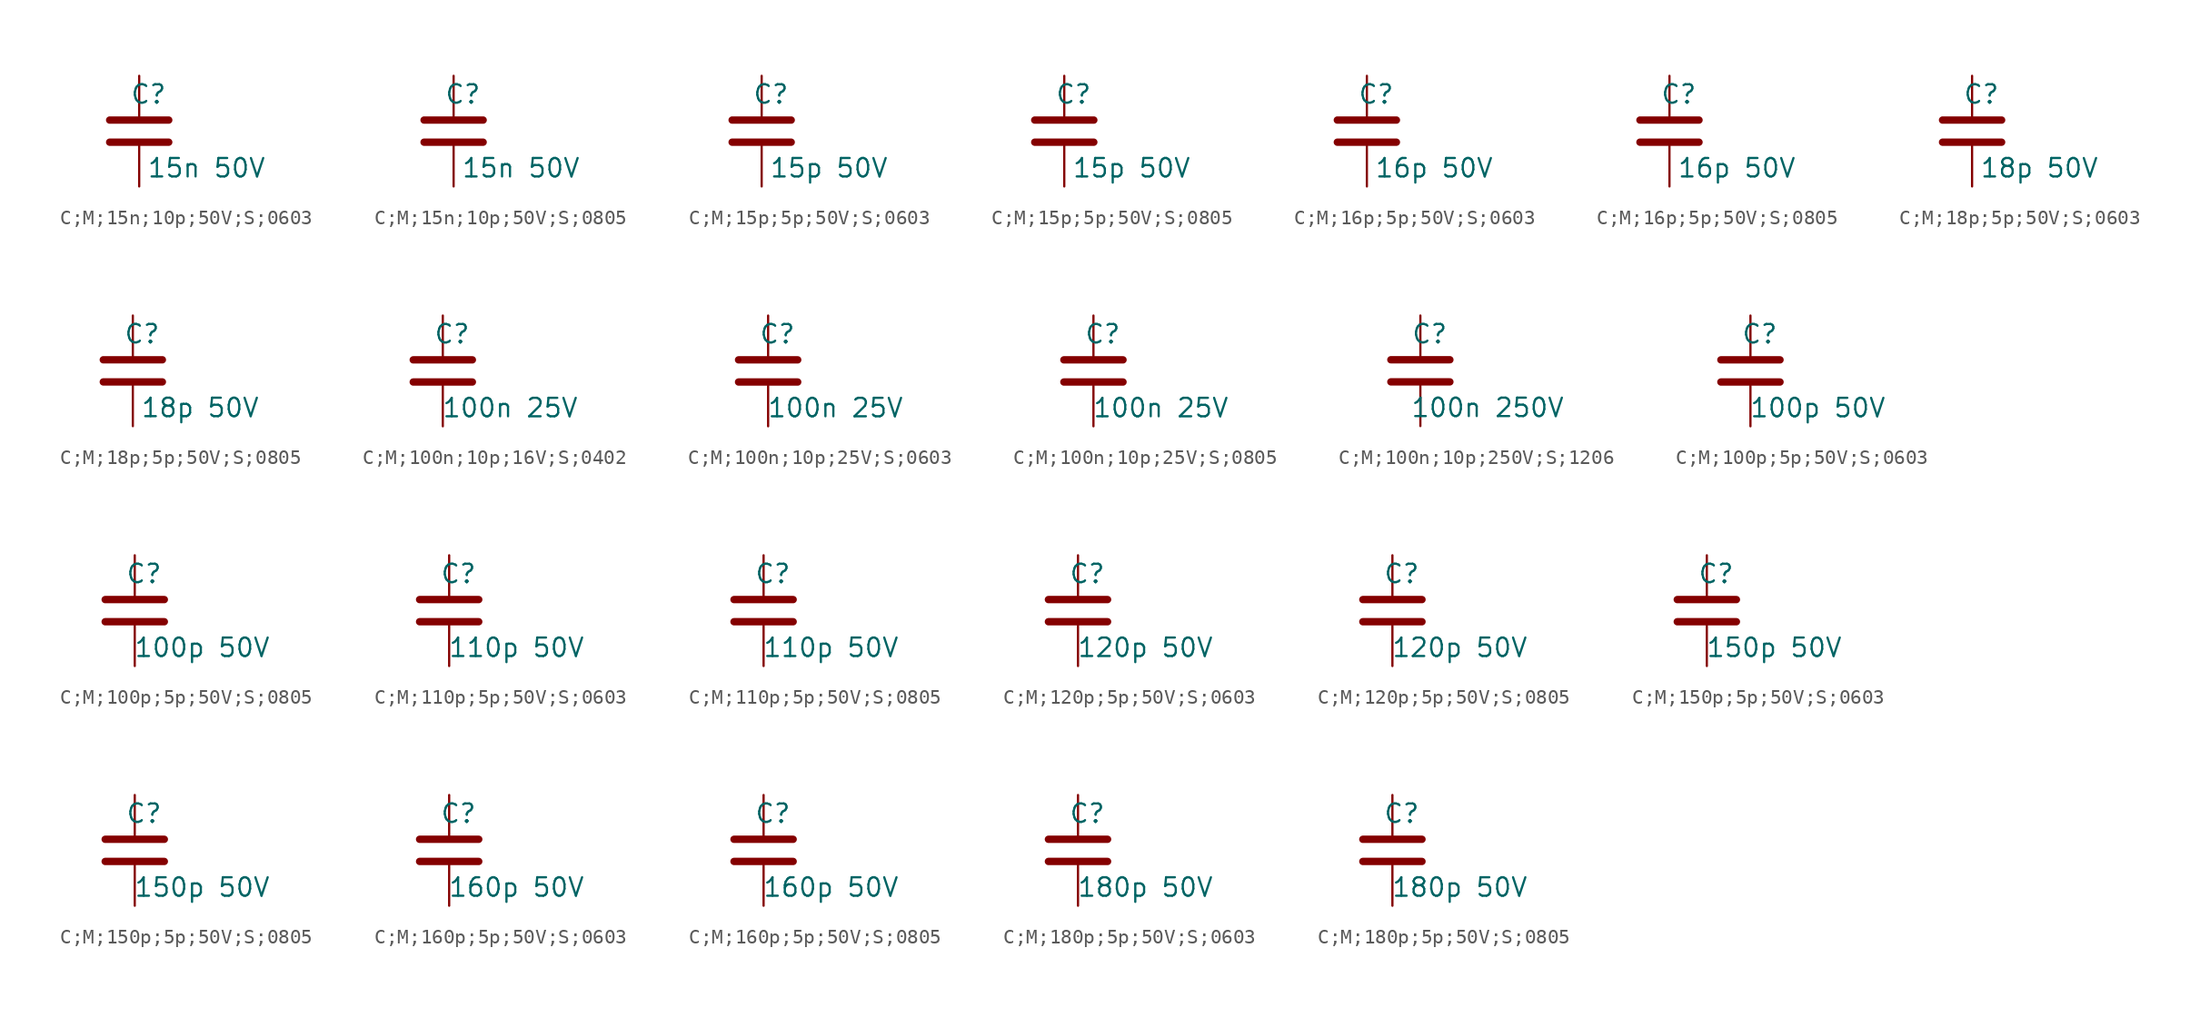
<source format=kicad_sym>
(kicad_symbol_lib
  (version 20231120)
  (generator "kicad_symbol_editor")
  (generator_version "8.0")
  (symbol "C;M;15n;10p;50V;S;0603"
    (pin_numbers hide)
    (pin_names
      (offset 0.254))
    (property "Reference" "C"
      (at 0.635 2.54 0)
      (effects (font (size 1.27 1.27))))
    (property "Value" "15n 50V"
      (at 4.635 -2.54 0)
      (effects (font (size 1.27 1.27))))
    (symbol "C;M;15n;10p;50V;S;0603_0_1"
      (polyline (pts (xy -2.032 -0.762) (xy 2.032 -0.762)) (stroke (width 0.508) (type default)) (fill (type none)))
      (polyline (pts (xy -2.032 0.762) (xy 2.032 0.762)) (stroke (width 0.508) (type default)) (fill (type none))))
    (symbol "C;M;15n;10p;50V;S;0603_1_1"
      (pin passive line (at 0 3.81 270) (length 2.794) (name "~" (effects (font (size 1.27 1.27)))) (number "1" (effects (font (size 1.27 1.27)))))
      (pin passive line (at 0 -3.81 90) (length 2.794) (name "~" (effects (font (size 1.27 1.27)))) (number "2" (effects (font (size 1.27 1.27)))))))
  (symbol "C;M;15n;10p;50V;S;0805"
    (pin_numbers hide)
    (pin_names
      (offset 0.254))
    (property "Reference" "C"
      (at 0.635 2.54 0)
      (effects (font (size 1.27 1.27))))
    (property "Value" "15n 50V"
      (at 4.635 -2.54 0)
      (effects (font (size 1.27 1.27))))
    (symbol "C;M;15n;10p;50V;S;0805_0_1"
      (polyline (pts (xy -2.032 -0.762) (xy 2.032 -0.762)) (stroke (width 0.508) (type default)) (fill (type none)))
      (polyline (pts (xy -2.032 0.762) (xy 2.032 0.762)) (stroke (width 0.508) (type default)) (fill (type none))))
    (symbol "C;M;15n;10p;50V;S;0805_1_1"
      (pin passive line (at 0 3.81 270) (length 2.794) (name "~" (effects (font (size 1.27 1.27)))) (number "1" (effects (font (size 1.27 1.27)))))
      (pin passive line (at 0 -3.81 90) (length 2.794) (name "~" (effects (font (size 1.27 1.27)))) (number "2" (effects (font (size 1.27 1.27)))))))
  (symbol "C;M;15p;5p;50V;S;0603"
    (pin_numbers hide)
    (pin_names
      (offset 0.254))
    (property "Reference" "C"
      (at 0.635 2.54 0)
      (effects (font (size 1.27 1.27))))
    (property "Value" "15p 50V"
      (at 4.635 -2.54 0)
      (effects (font (size 1.27 1.27))))
    (symbol "C;M;15p;5p;50V;S;0603_0_1"
      (polyline (pts (xy -2.032 -0.762) (xy 2.032 -0.762)) (stroke (width 0.508) (type default)) (fill (type none)))
      (polyline (pts (xy -2.032 0.762) (xy 2.032 0.762)) (stroke (width 0.508) (type default)) (fill (type none))))
    (symbol "C;M;15p;5p;50V;S;0603_1_1"
      (pin passive line (at 0 3.81 270) (length 2.794) (name "~" (effects (font (size 1.27 1.27)))) (number "1" (effects (font (size 1.27 1.27)))))
      (pin passive line (at 0 -3.81 90) (length 2.794) (name "~" (effects (font (size 1.27 1.27)))) (number "2" (effects (font (size 1.27 1.27)))))))
  (symbol "C;M;15p;5p;50V;S;0805"
    (pin_numbers hide)
    (pin_names
      (offset 0.254))
    (property "Reference" "C"
      (at 0.635 2.54 0)
      (effects (font (size 1.27 1.27))))
    (property "Value" "15p 50V"
      (at 4.635 -2.54 0)
      (effects (font (size 1.27 1.27))))
    (symbol "C;M;15p;5p;50V;S;0805_0_1"
      (polyline (pts (xy -2.032 -0.762) (xy 2.032 -0.762)) (stroke (width 0.508) (type default)) (fill (type none)))
      (polyline (pts (xy -2.032 0.762) (xy 2.032 0.762)) (stroke (width 0.508) (type default)) (fill (type none))))
    (symbol "C;M;15p;5p;50V;S;0805_1_1"
      (pin passive line (at 0 3.81 270) (length 2.794) (name "~" (effects (font (size 1.27 1.27)))) (number "1" (effects (font (size 1.27 1.27)))))
      (pin passive line (at 0 -3.81 90) (length 2.794) (name "~" (effects (font (size 1.27 1.27)))) (number "2" (effects (font (size 1.27 1.27)))))))
  (symbol "C;M;16p;5p;50V;S;0603"
    (pin_numbers hide)
    (pin_names
      (offset 0.254))
    (property "Reference" "C"
      (at 0.635 2.54 0)
      (effects (font (size 1.27 1.27))))
    (property "Value" "16p 50V"
      (at 4.635 -2.54 0)
      (effects (font (size 1.27 1.27))))
    (symbol "C;M;16p;5p;50V;S;0603_0_1"
      (polyline (pts (xy -2.032 -0.762) (xy 2.032 -0.762)) (stroke (width 0.508) (type default)) (fill (type none)))
      (polyline (pts (xy -2.032 0.762) (xy 2.032 0.762)) (stroke (width 0.508) (type default)) (fill (type none))))
    (symbol "C;M;16p;5p;50V;S;0603_1_1"
      (pin passive line (at 0 3.81 270) (length 2.794) (name "~" (effects (font (size 1.27 1.27)))) (number "1" (effects (font (size 1.27 1.27)))))
      (pin passive line (at 0 -3.81 90) (length 2.794) (name "~" (effects (font (size 1.27 1.27)))) (number "2" (effects (font (size 1.27 1.27)))))))
  (symbol "C;M;16p;5p;50V;S;0805"
    (pin_numbers hide)
    (pin_names
      (offset 0.254))
    (property "Reference" "C"
      (at 0.635 2.54 0)
      (effects (font (size 1.27 1.27))))
    (property "Value" "16p 50V"
      (at 4.635 -2.54 0)
      (effects (font (size 1.27 1.27))))
    (symbol "C;M;16p;5p;50V;S;0805_0_1"
      (polyline (pts (xy -2.032 -0.762) (xy 2.032 -0.762)) (stroke (width 0.508) (type default)) (fill (type none)))
      (polyline (pts (xy -2.032 0.762) (xy 2.032 0.762)) (stroke (width 0.508) (type default)) (fill (type none))))
    (symbol "C;M;16p;5p;50V;S;0805_1_1"
      (pin passive line (at 0 3.81 270) (length 2.794) (name "~" (effects (font (size 1.27 1.27)))) (number "1" (effects (font (size 1.27 1.27)))))
      (pin passive line (at 0 -3.81 90) (length 2.794) (name "~" (effects (font (size 1.27 1.27)))) (number "2" (effects (font (size 1.27 1.27)))))))
  (symbol "C;M;18p;5p;50V;S;0603"
    (pin_numbers hide)
    (pin_names
      (offset 0.254))
    (property "Reference" "C"
      (at 0.635 2.54 0)
      (effects (font (size 1.27 1.27))))
    (property "Value" "18p 50V"
      (at 4.635 -2.54 0)
      (effects (font (size 1.27 1.27))))
    (symbol "C;M;18p;5p;50V;S;0603_0_1"
      (polyline (pts (xy -2.032 -0.762) (xy 2.032 -0.762)) (stroke (width 0.508) (type default)) (fill (type none)))
      (polyline (pts (xy -2.032 0.762) (xy 2.032 0.762)) (stroke (width 0.508) (type default)) (fill (type none))))
    (symbol "C;M;18p;5p;50V;S;0603_1_1"
      (pin passive line (at 0 3.81 270) (length 2.794) (name "~" (effects (font (size 1.27 1.27)))) (number "1" (effects (font (size 1.27 1.27)))))
      (pin passive line (at 0 -3.81 90) (length 2.794) (name "~" (effects (font (size 1.27 1.27)))) (number "2" (effects (font (size 1.27 1.27)))))))
  (symbol "C;M;18p;5p;50V;S;0805"
    (pin_numbers hide)
    (pin_names
      (offset 0.254))
    (property "Reference" "C"
      (at 0.635 2.54 0)
      (effects (font (size 1.27 1.27))))
    (property "Value" "18p 50V"
      (at 4.635 -2.54 0)
      (effects (font (size 1.27 1.27))))
    (symbol "C;M;18p;5p;50V;S;0805_0_1"
      (polyline (pts (xy -2.032 -0.762) (xy 2.032 -0.762)) (stroke (width 0.508) (type default)) (fill (type none)))
      (polyline (pts (xy -2.032 0.762) (xy 2.032 0.762)) (stroke (width 0.508) (type default)) (fill (type none))))
    (symbol "C;M;18p;5p;50V;S;0805_1_1"
      (pin passive line (at 0 3.81 270) (length 2.794) (name "~" (effects (font (size 1.27 1.27)))) (number "1" (effects (font (size 1.27 1.27)))))
      (pin passive line (at 0 -3.81 90) (length 2.794) (name "~" (effects (font (size 1.27 1.27)))) (number "2" (effects (font (size 1.27 1.27)))))))
  (symbol "C;M;100n;10p;16V;S;0402"
    (pin_numbers hide)
    (pin_names
      (offset 0.254))
    (property "Reference" "C"
      (at 0.635 2.54 0)
      (effects (font (size 1.27 1.27))))
    (property "Value" "100n 25V"
      (at 4.635 -2.54 0)
      (effects (font (size 1.27 1.27))))
    (symbol "C;M;100n;10p;16V;S;0402_0_1"
      (polyline (pts (xy -2.032 -0.762) (xy 2.032 -0.762)) (stroke (width 0.508) (type default)) (fill (type none)))
      (polyline (pts (xy -2.032 0.762) (xy 2.032 0.762)) (stroke (width 0.508) (type default)) (fill (type none))))
    (symbol "C;M;100n;10p;16V;S;0402_1_1"
      (pin passive line (at 0 3.81 270) (length 2.794) (name "~" (effects (font (size 1.27 1.27)))) (number "1" (effects (font (size 1.27 1.27)))))
      (pin passive line (at 0 -3.81 90) (length 2.794) (name "~" (effects (font (size 1.27 1.27)))) (number "2" (effects (font (size 1.27 1.27)))))))
  (symbol "C;M;100n;10p;25V;S;0603"
    (pin_numbers hide)
    (pin_names
      (offset 0.254))
    (property "Reference" "C"
      (at 0.635 2.54 0)
      (effects (font (size 1.27 1.27))))
    (property "Value" "100n 25V"
      (at 4.635 -2.54 0)
      (effects (font (size 1.27 1.27))))
    (symbol "C;M;100n;10p;25V;S;0603_0_1"
      (polyline (pts (xy -2.032 -0.762) (xy 2.032 -0.762)) (stroke (width 0.508) (type default)) (fill (type none)))
      (polyline (pts (xy -2.032 0.762) (xy 2.032 0.762)) (stroke (width 0.508) (type default)) (fill (type none))))
    (symbol "C;M;100n;10p;25V;S;0603_1_1"
      (pin passive line (at 0 3.81 270) (length 2.794) (name "~" (effects (font (size 1.27 1.27)))) (number "1" (effects (font (size 1.27 1.27)))))
      (pin passive line (at 0 -3.81 90) (length 2.794) (name "~" (effects (font (size 1.27 1.27)))) (number "2" (effects (font (size 1.27 1.27)))))))
  (symbol "C;M;100n;10p;25V;S;0805"
    (pin_numbers hide)
    (pin_names
      (offset 0.254))
    (property "Reference" "C"
      (at 0.635 2.54 0)
      (effects (font (size 1.27 1.27))))
    (property "Value" "100n 25V"
      (at 4.635 -2.54 0)
      (effects (font (size 1.27 1.27))))
    (symbol "C;M;100n;10p;25V;S;0805_0_1"
      (polyline (pts (xy -2.032 -0.762) (xy 2.032 -0.762)) (stroke (width 0.508) (type default)) (fill (type none)))
      (polyline (pts (xy -2.032 0.762) (xy 2.032 0.762)) (stroke (width 0.508) (type default)) (fill (type none))))
    (symbol "C;M;100n;10p;25V;S;0805_1_1"
      (pin passive line (at 0 3.81 270) (length 2.794) (name "~" (effects (font (size 1.27 1.27)))) (number "1" (effects (font (size 1.27 1.27)))))
      (pin passive line (at 0 -3.81 90) (length 2.794) (name "~" (effects (font (size 1.27 1.27)))) (number "2" (effects (font (size 1.27 1.27)))))))
  (symbol "C;M;100n;10p;250V;S;1206"
    (pin_numbers hide)
    (pin_names
      (offset 0.254))
    (property "Reference" "C"
      (at 0.635 2.54 0)
      (effects (font (size 1.27 1.27))))
    (property "Value" "100n 250V"
      (at 4.635 -2.54 0)
      (effects (font (size 1.27 1.27))))
    (symbol "C;M;100n;10p;250V;S;1206_0_1"
      (polyline (pts (xy -2.032 -0.762) (xy 2.032 -0.762)) (stroke (width 0.508) (type default)) (fill (type none)))
      (polyline (pts (xy -2.032 0.762) (xy 2.032 0.762)) (stroke (width 0.508) (type default)) (fill (type none))))
    (symbol "C;M;100n;10p;250V;S;1206_1_1"
      (pin passive line (at 0 3.81 270) (length 2.794) (name "~" (effects (font (size 1.27 1.27)))) (number "1" (effects (font (size 1.27 1.27)))))
      (pin passive line (at 0 -3.81 90) (length 2.794) (name "~" (effects (font (size 1.27 1.27)))) (number "2" (effects (font (size 1.27 1.27)))))))
  (symbol "C;M;100p;5p;50V;S;0603"
    (pin_numbers hide)
    (pin_names
      (offset 0.254))
    (property "Reference" "C"
      (at 0.635 2.54 0)
      (effects (font (size 1.27 1.27))))
    (property "Value" "100p 50V"
      (at 4.635 -2.54 0)
      (effects (font (size 1.27 1.27))))
    (symbol "C;M;100p;5p;50V;S;0603_0_1"
      (polyline (pts (xy -2.032 -0.762) (xy 2.032 -0.762)) (stroke (width 0.508) (type default)) (fill (type none)))
      (polyline (pts (xy -2.032 0.762) (xy 2.032 0.762)) (stroke (width 0.508) (type default)) (fill (type none))))
    (symbol "C;M;100p;5p;50V;S;0603_1_1"
      (pin passive line (at 0 3.81 270) (length 2.794) (name "~" (effects (font (size 1.27 1.27)))) (number "1" (effects (font (size 1.27 1.27)))))
      (pin passive line (at 0 -3.81 90) (length 2.794) (name "~" (effects (font (size 1.27 1.27)))) (number "2" (effects (font (size 1.27 1.27)))))))
  (symbol "C;M;100p;5p;50V;S;0805"
    (pin_numbers hide)
    (pin_names
      (offset 0.254))
    (property "Reference" "C"
      (at 0.635 2.54 0)
      (effects (font (size 1.27 1.27))))
    (property "Value" "100p 50V"
      (at 4.635 -2.54 0)
      (effects (font (size 1.27 1.27))))
    (symbol "C;M;100p;5p;50V;S;0805_0_1"
      (polyline (pts (xy -2.032 -0.762) (xy 2.032 -0.762)) (stroke (width 0.508) (type default)) (fill (type none)))
      (polyline (pts (xy -2.032 0.762) (xy 2.032 0.762)) (stroke (width 0.508) (type default)) (fill (type none))))
    (symbol "C;M;100p;5p;50V;S;0805_1_1"
      (pin passive line (at 0 3.81 270) (length 2.794) (name "~" (effects (font (size 1.27 1.27)))) (number "1" (effects (font (size 1.27 1.27)))))
      (pin passive line (at 0 -3.81 90) (length 2.794) (name "~" (effects (font (size 1.27 1.27)))) (number "2" (effects (font (size 1.27 1.27)))))))
  (symbol "C;M;110p;5p;50V;S;0603"
    (pin_numbers hide)
    (pin_names
      (offset 0.254))
    (property "Reference" "C"
      (at 0.635 2.54 0)
      (effects (font (size 1.27 1.27))))
    (property "Value" "110p 50V"
      (at 4.635 -2.54 0)
      (effects (font (size 1.27 1.27))))
    (symbol "C;M;110p;5p;50V;S;0603_0_1"
      (polyline (pts (xy -2.032 -0.762) (xy 2.032 -0.762)) (stroke (width 0.508) (type default)) (fill (type none)))
      (polyline (pts (xy -2.032 0.762) (xy 2.032 0.762)) (stroke (width 0.508) (type default)) (fill (type none))))
    (symbol "C;M;110p;5p;50V;S;0603_1_1"
      (pin passive line (at 0 3.81 270) (length 2.794) (name "~" (effects (font (size 1.27 1.27)))) (number "1" (effects (font (size 1.27 1.27)))))
      (pin passive line (at 0 -3.81 90) (length 2.794) (name "~" (effects (font (size 1.27 1.27)))) (number "2" (effects (font (size 1.27 1.27)))))))
  (symbol "C;M;110p;5p;50V;S;0805"
    (pin_numbers hide)
    (pin_names
      (offset 0.254))
    (property "Reference" "C"
      (at 0.635 2.54 0)
      (effects (font (size 1.27 1.27))))
    (property "Value" "110p 50V"
      (at 4.635 -2.54 0)
      (effects (font (size 1.27 1.27))))
    (symbol "C;M;110p;5p;50V;S;0805_0_1"
      (polyline (pts (xy -2.032 -0.762) (xy 2.032 -0.762)) (stroke (width 0.508) (type default)) (fill (type none)))
      (polyline (pts (xy -2.032 0.762) (xy 2.032 0.762)) (stroke (width 0.508) (type default)) (fill (type none))))
    (symbol "C;M;110p;5p;50V;S;0805_1_1"
      (pin passive line (at 0 3.81 270) (length 2.794) (name "~" (effects (font (size 1.27 1.27)))) (number "1" (effects (font (size 1.27 1.27)))))
      (pin passive line (at 0 -3.81 90) (length 2.794) (name "~" (effects (font (size 1.27 1.27)))) (number "2" (effects (font (size 1.27 1.27)))))))
  (symbol "C;M;120p;5p;50V;S;0603"
    (pin_numbers hide)
    (pin_names
      (offset 0.254))
    (property "Reference" "C"
      (at 0.635 2.54 0)
      (effects (font (size 1.27 1.27))))
    (property "Value" "120p 50V"
      (at 4.635 -2.54 0)
      (effects (font (size 1.27 1.27))))
    (symbol "C;M;120p;5p;50V;S;0603_0_1"
      (polyline (pts (xy -2.032 -0.762) (xy 2.032 -0.762)) (stroke (width 0.508) (type default)) (fill (type none)))
      (polyline (pts (xy -2.032 0.762) (xy 2.032 0.762)) (stroke (width 0.508) (type default)) (fill (type none))))
    (symbol "C;M;120p;5p;50V;S;0603_1_1"
      (pin passive line (at 0 3.81 270) (length 2.794) (name "~" (effects (font (size 1.27 1.27)))) (number "1" (effects (font (size 1.27 1.27)))))
      (pin passive line (at 0 -3.81 90) (length 2.794) (name "~" (effects (font (size 1.27 1.27)))) (number "2" (effects (font (size 1.27 1.27)))))))
  (symbol "C;M;120p;5p;50V;S;0805"
    (pin_numbers hide)
    (pin_names
      (offset 0.254))
    (property "Reference" "C"
      (at 0.635 2.54 0)
      (effects (font (size 1.27 1.27))))
    (property "Value" "120p 50V"
      (at 4.635 -2.54 0)
      (effects (font (size 1.27 1.27))))
    (symbol "C;M;120p;5p;50V;S;0805_0_1"
      (polyline (pts (xy -2.032 -0.762) (xy 2.032 -0.762)) (stroke (width 0.508) (type default)) (fill (type none)))
      (polyline (pts (xy -2.032 0.762) (xy 2.032 0.762)) (stroke (width 0.508) (type default)) (fill (type none))))
    (symbol "C;M;120p;5p;50V;S;0805_1_1"
      (pin passive line (at 0 3.81 270) (length 2.794) (name "~" (effects (font (size 1.27 1.27)))) (number "1" (effects (font (size 1.27 1.27)))))
      (pin passive line (at 0 -3.81 90) (length 2.794) (name "~" (effects (font (size 1.27 1.27)))) (number "2" (effects (font (size 1.27 1.27)))))))
  (symbol "C;M;150p;5p;50V;S;0603"
    (pin_numbers hide)
    (pin_names
      (offset 0.254))
    (property "Reference" "C"
      (at 0.635 2.54 0)
      (effects (font (size 1.27 1.27))))
    (property "Value" "150p 50V"
      (at 4.635 -2.54 0)
      (effects (font (size 1.27 1.27))))
    (symbol "C;M;150p;5p;50V;S;0603_0_1"
      (polyline (pts (xy -2.032 -0.762) (xy 2.032 -0.762)) (stroke (width 0.508) (type default)) (fill (type none)))
      (polyline (pts (xy -2.032 0.762) (xy 2.032 0.762)) (stroke (width 0.508) (type default)) (fill (type none))))
    (symbol "C;M;150p;5p;50V;S;0603_1_1"
      (pin passive line (at 0 3.81 270) (length 2.794) (name "~" (effects (font (size 1.27 1.27)))) (number "1" (effects (font (size 1.27 1.27)))))
      (pin passive line (at 0 -3.81 90) (length 2.794) (name "~" (effects (font (size 1.27 1.27)))) (number "2" (effects (font (size 1.27 1.27)))))))
  (symbol "C;M;150p;5p;50V;S;0805"
    (pin_numbers hide)
    (pin_names
      (offset 0.254))
    (property "Reference" "C"
      (at 0.635 2.54 0)
      (effects (font (size 1.27 1.27))))
    (property "Value" "150p 50V"
      (at 4.635 -2.54 0)
      (effects (font (size 1.27 1.27))))
    (symbol "C;M;150p;5p;50V;S;0805_0_1"
      (polyline (pts (xy -2.032 -0.762) (xy 2.032 -0.762)) (stroke (width 0.508) (type default)) (fill (type none)))
      (polyline (pts (xy -2.032 0.762) (xy 2.032 0.762)) (stroke (width 0.508) (type default)) (fill (type none))))
    (symbol "C;M;150p;5p;50V;S;0805_1_1"
      (pin passive line (at 0 3.81 270) (length 2.794) (name "~" (effects (font (size 1.27 1.27)))) (number "1" (effects (font (size 1.27 1.27)))))
      (pin passive line (at 0 -3.81 90) (length 2.794) (name "~" (effects (font (size 1.27 1.27)))) (number "2" (effects (font (size 1.27 1.27)))))))
  (symbol "C;M;160p;5p;50V;S;0603"
    (pin_numbers hide)
    (pin_names
      (offset 0.254))
    (property "Reference" "C"
      (at 0.635 2.54 0)
      (effects (font (size 1.27 1.27))))
    (property "Value" "160p 50V"
      (at 4.635 -2.54 0)
      (effects (font (size 1.27 1.27))))
    (symbol "C;M;160p;5p;50V;S;0603_0_1"
      (polyline (pts (xy -2.032 -0.762) (xy 2.032 -0.762)) (stroke (width 0.508) (type default)) (fill (type none)))
      (polyline (pts (xy -2.032 0.762) (xy 2.032 0.762)) (stroke (width 0.508) (type default)) (fill (type none))))
    (symbol "C;M;160p;5p;50V;S;0603_1_1"
      (pin passive line (at 0 3.81 270) (length 2.794) (name "~" (effects (font (size 1.27 1.27)))) (number "1" (effects (font (size 1.27 1.27)))))
      (pin passive line (at 0 -3.81 90) (length 2.794) (name "~" (effects (font (size 1.27 1.27)))) (number "2" (effects (font (size 1.27 1.27)))))))
  (symbol "C;M;160p;5p;50V;S;0805"
    (pin_numbers hide)
    (pin_names
      (offset 0.254))
    (property "Reference" "C"
      (at 0.635 2.54 0)
      (effects (font (size 1.27 1.27))))
    (property "Value" "160p 50V"
      (at 4.635 -2.54 0)
      (effects (font (size 1.27 1.27))))
    (symbol "C;M;160p;5p;50V;S;0805_0_1"
      (polyline (pts (xy -2.032 -0.762) (xy 2.032 -0.762)) (stroke (width 0.508) (type default)) (fill (type none)))
      (polyline (pts (xy -2.032 0.762) (xy 2.032 0.762)) (stroke (width 0.508) (type default)) (fill (type none))))
    (symbol "C;M;160p;5p;50V;S;0805_1_1"
      (pin passive line (at 0 3.81 270) (length 2.794) (name "~" (effects (font (size 1.27 1.27)))) (number "1" (effects (font (size 1.27 1.27)))))
      (pin passive line (at 0 -3.81 90) (length 2.794) (name "~" (effects (font (size 1.27 1.27)))) (number "2" (effects (font (size 1.27 1.27)))))))
  (symbol "C;M;180p;5p;50V;S;0603"
    (pin_numbers hide)
    (pin_names
      (offset 0.254))
    (property "Reference" "C"
      (at 0.635 2.54 0)
      (effects (font (size 1.27 1.27))))
    (property "Value" "180p 50V"
      (at 4.635 -2.54 0)
      (effects (font (size 1.27 1.27))))
    (symbol "C;M;180p;5p;50V;S;0603_0_1"
      (polyline (pts (xy -2.032 -0.762) (xy 2.032 -0.762)) (stroke (width 0.508) (type default)) (fill (type none)))
      (polyline (pts (xy -2.032 0.762) (xy 2.032 0.762)) (stroke (width 0.508) (type default)) (fill (type none))))
    (symbol "C;M;180p;5p;50V;S;0603_1_1"
      (pin passive line (at 0 3.81 270) (length 2.794) (name "~" (effects (font (size 1.27 1.27)))) (number "1" (effects (font (size 1.27 1.27)))))
      (pin passive line (at 0 -3.81 90) (length 2.794) (name "~" (effects (font (size 1.27 1.27)))) (number "2" (effects (font (size 1.27 1.27)))))))
  (symbol "C;M;180p;5p;50V;S;0805"
    (pin_numbers hide)
    (pin_names
      (offset 0.254))
    (property "Reference" "C"
      (at 0.635 2.54 0)
      (effects (font (size 1.27 1.27))))
    (property "Value" "180p 50V"
      (at 4.635 -2.54 0)
      (effects (font (size 1.27 1.27))))
    (symbol "C;M;180p;5p;50V;S;0805_0_1"
      (polyline (pts (xy -2.032 -0.762) (xy 2.032 -0.762)) (stroke (width 0.508) (type default)) (fill (type none)))
      (polyline (pts (xy -2.032 0.762) (xy 2.032 0.762)) (stroke (width 0.508) (type default)) (fill (type none))))
    (symbol "C;M;180p;5p;50V;S;0805_1_1"
      (pin passive line (at 0 3.81 270) (length 2.794) (name "~" (effects (font (size 1.27 1.27)))) (number "1" (effects (font (size 1.27 1.27)))))
      (pin passive line (at 0 -3.81 90) (length 2.794) (name "~" (effects (font (size 1.27 1.27)))) (number "2" (effects (font (size 1.27 1.27))))))))
</source>
